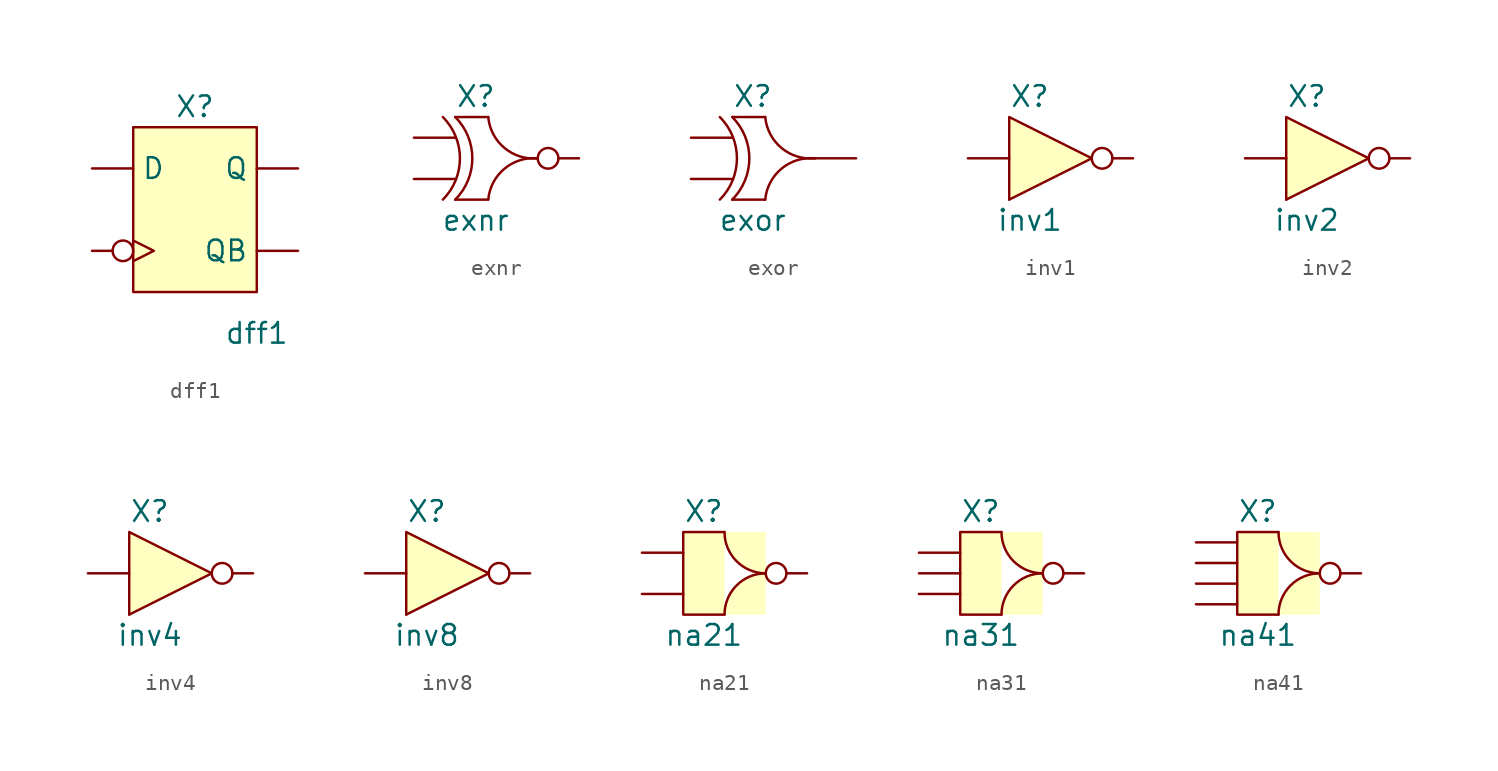
<source format=kicad_sym>
(kicad_symbol_lib
  (version 20211014)
  (generator kicad_symbol_editor)
  (symbol "dff1"
    (property "Reference" "X"
      (at 0 6.35 0)
      (effects (font (size 1.27 1.27))))
    (property "Value" "dff1"
      (at 3.81 -7.62 0)
      (effects (font (size 1.27 1.27))))
    (symbol "dff1_0_1"
      (rectangle (start -3.81 5.08) (end 3.81 -5.08) (stroke (width 0.152) (type default) (color 0 0 0 0)) (fill (type background))))
    (symbol "dff1_1_1"
      (pin input inverted_clock (at -6.35 -2.54 0) (length 2.54) (name "CK" (effects (font (size 0 0)))) (number "" (effects (font (size 1.27 1.27)))))
      (pin input line (at -6.35 2.54 0) (length 2.54) (name "D" (effects (font (size 1.27 1.27)))) (number "" (effects (font (size 1.27 1.27)))))
      (pin output line (at 6.35 2.54 180) (length 2.54) (name "Q" (effects (font (size 1.27 1.27)))) (number "" (effects (font (size 1.27 1.27)))))
      (pin output line (at 6.35 -2.54 180) (length 2.54) (name "QB" (effects (font (size 1.27 1.27)))) (number "" (effects (font (size 1.27 1.27)))))
      (pin power_in line (at 2.54 5.08 0) (length 2.54) hide (name "VDD" (effects (font (size 1.27 1.27)))) (number "" (effects (font (size 1.27 1.27)))))
      (pin power_in line (at 2.54 -5.08 0) (length 2.54) hide (name "VSS" (effects (font (size 1.27 1.27)))) (number "" (effects (font (size 1.27 1.27)))))))
  (symbol "exnr"
    (property "Reference" "X"
      (at -1.27 3.81 0)
      (effects (font (size 1.27 1.27))))
    (property "Value" "exnr"
      (at -1.27 -3.81 0)
      (effects (font (size 1.27 1.27))))
    (symbol "exnr_0_1"
      (arc (start -3.302 -2.54) (mid -2.2499 0) (end -3.302 2.54) (stroke (width 0.1524) (type default) (color 0 0 0 0)) (fill (type none)))
      (arc (start -2.54 -2.54) (mid -1.4879 0) (end -2.54 2.54) (stroke (width 0.1524) (type default) (color 0 0 0 0)) (fill (type none)))
      (arc (start -0.508 2.54) (mid -2.0501 -2.4093) (end 2.54 0) (stroke (width 0.1524) (type default) (color 0 0 0 0)) (fill (type none)))
      (polyline (pts (xy -2.54 -2.54) (xy -0.508 -2.54)) (stroke (width 0.152) (type default) (color 0 0 0 0)) (fill (type none)))
      (polyline (pts (xy -2.54 2.54) (xy -0.508 2.54)) (stroke (width 0.152) (type default) (color 0 0 0 0)) (fill (type none)))
      (arc (start 2.54 0) (mid -2.0501 2.4093) (end -0.508 -2.54) (stroke (width 0.1524) (type default) (color 0 0 0 0)) (fill (type none))))
    (symbol "exnr_1_1"
      (pin input line (at -5.08 1.27 0) (length 2.54) (name "A" (effects (font (size 0 0)))) (number "" (effects (font (size 1.27 1.27)))))
      (pin input line (at -5.08 -1.27 0) (length 2.54) (name "B" (effects (font (size 0 0)))) (number "" (effects (font (size 1.27 1.27)))))
      (pin power_in line (at 0 2.54 0) (length 2.54) hide (name "VDD" (effects (font (size 1.27 1.27)))) (number "" (effects (font (size 1.27 1.27)))))
      (pin power_in line (at 0 -2.54 0) (length 2.54) hide (name "VSS" (effects (font (size 1.27 1.27)))) (number "" (effects (font (size 1.27 1.27)))))
      (pin output inverted (at 5.08 0 180) (length 2.54) (name "X" (effects (font (size 0 0)))) (number "" (effects (font (size 1.27 1.27)))))))
  (symbol "exor"
    (property "Reference" "X"
      (at -1.27 3.81 0)
      (effects (font (size 1.27 1.27))))
    (property "Value" "exor"
      (at -1.27 -3.81 0)
      (effects (font (size 1.27 1.27))))
    (symbol "exor_0_1"
      (arc (start -3.302 -2.54) (mid -2.2499 0) (end -3.302 2.54) (stroke (width 0.1524) (type default) (color 0 0 0 0)) (fill (type none)))
      (arc (start -2.54 -2.54) (mid -1.4879 0) (end -2.54 2.54) (stroke (width 0.1524) (type default) (color 0 0 0 0)) (fill (type none)))
      (arc (start -0.508 2.54) (mid -2.0501 -2.4093) (end 2.54 0) (stroke (width 0.1524) (type default) (color 0 0 0 0)) (fill (type none)))
      (polyline (pts (xy -2.54 -2.54) (xy -0.508 -2.54)) (stroke (width 0.152) (type default) (color 0 0 0 0)) (fill (type none)))
      (polyline (pts (xy -2.54 2.54) (xy -0.508 2.54)) (stroke (width 0.152) (type default) (color 0 0 0 0)) (fill (type none)))
      (arc (start 2.54 0) (mid -2.0501 2.4093) (end -0.508 -2.54) (stroke (width 0.1524) (type default) (color 0 0 0 0)) (fill (type none))))
    (symbol "exor_1_1"
      (pin input line (at -5.08 1.27 0) (length 2.54) (name "A" (effects (font (size 0 0)))) (number "" (effects (font (size 1.27 1.27)))))
      (pin input line (at -5.08 -1.27 0) (length 2.54) (name "B" (effects (font (size 0 0)))) (number "" (effects (font (size 1.27 1.27)))))
      (pin power_in line (at 0 2.54 0) (length 2.54) hide (name "VDD" (effects (font (size 1.27 1.27)))) (number "" (effects (font (size 1.27 1.27)))))
      (pin power_in line (at 0 -2.54 0) (length 2.54) hide (name "VSS" (effects (font (size 1.27 1.27)))) (number "" (effects (font (size 1.27 1.27)))))
      (pin output line (at 5.08 0 180) (length 2.54) (name "X" (effects (font (size 0 0)))) (number "" (effects (font (size 1.27 1.27)))))))
  (symbol "inv1"
    (property "Reference" "X"
      (at -1.27 3.81 0)
      (effects (font (size 1.27 1.27))))
    (property "Value" "inv1"
      (at -1.27 -3.81 0)
      (effects (font (size 1.27 1.27))))
    (symbol "inv1_0_1"
      (polyline (pts (xy -2.54 -2.54) (xy 2.54 0)) (stroke (width 0.152) (type default) (color 0 0 0 0)) (fill (type background)))
      (polyline (pts (xy 2.54 0) (xy -2.54 2.54) (xy -2.54 -2.54)) (stroke (width 0.152) (type default) (color 0 0 0 0)) (fill (type background))))
    (symbol "inv1_1_1"
      (pin input line (at -5.08 0 0) (length 2.54) (name "A" (effects (font (size 0 0)))) (number "" (effects (font (size 1.27 1.27)))))
      (pin power_in line (at 0 2.54 0) (length 2.54) hide (name "VDD" (effects (font (size 1.27 1.27)))) (number "" (effects (font (size 1.27 1.27)))))
      (pin power_in line (at 0 -2.54 0) (length 2.54) hide (name "VSS" (effects (font (size 1.27 1.27)))) (number "" (effects (font (size 1.27 1.27)))))
      (pin output inverted (at 5.08 0 180) (length 2.54) (name "Z" (effects (font (size 0 0)))) (number "" (effects (font (size 1.27 1.27)))))))
  (symbol "inv2"
    (property "Reference" "X"
      (at -1.27 3.81 0)
      (effects (font (size 1.27 1.27))))
    (property "Value" "inv2"
      (at -1.27 -3.81 0)
      (effects (font (size 1.27 1.27))))
    (symbol "inv2_0_1"
      (polyline (pts (xy -2.54 -2.54) (xy 2.54 0)) (stroke (width 0.152) (type default) (color 0 0 0 0)) (fill (type background)))
      (polyline (pts (xy 2.54 0) (xy -2.54 2.54) (xy -2.54 -2.54)) (stroke (width 0.152) (type default) (color 0 0 0 0)) (fill (type background))))
    (symbol "inv2_1_1"
      (pin input line (at -5.08 0 0) (length 2.54) (name "A" (effects (font (size 0 0)))) (number "" (effects (font (size 1.27 1.27)))))
      (pin power_in line (at 0 2.54 0) (length 2.54) hide (name "VDD" (effects (font (size 1.27 1.27)))) (number "" (effects (font (size 1.27 1.27)))))
      (pin power_in line (at 0 -2.54 0) (length 2.54) hide (name "VSS" (effects (font (size 1.27 1.27)))) (number "" (effects (font (size 1.27 1.27)))))
      (pin output inverted (at 5.08 0 180) (length 2.54) (name "Z" (effects (font (size 0 0)))) (number "" (effects (font (size 1.27 1.27)))))))
  (symbol "inv4"
    (property "Reference" "X"
      (at -1.27 3.81 0)
      (effects (font (size 1.27 1.27))))
    (property "Value" "inv4"
      (at -1.27 -3.81 0)
      (effects (font (size 1.27 1.27))))
    (symbol "inv4_0_1"
      (polyline (pts (xy -2.54 -2.54) (xy 2.54 0)) (stroke (width 0.152) (type default) (color 0 0 0 0)) (fill (type background)))
      (polyline (pts (xy 2.54 0) (xy -2.54 2.54) (xy -2.54 -2.54)) (stroke (width 0.152) (type default) (color 0 0 0 0)) (fill (type background))))
    (symbol "inv4_1_1"
      (pin input line (at -5.08 0 0) (length 2.54) (name "A" (effects (font (size 0 0)))) (number "" (effects (font (size 1.27 1.27)))))
      (pin power_in line (at 0 2.54 0) (length 2.54) hide (name "VDD" (effects (font (size 1.27 1.27)))) (number "" (effects (font (size 1.27 1.27)))))
      (pin power_in line (at 0 -2.54 0) (length 2.54) hide (name "VSS" (effects (font (size 1.27 1.27)))) (number "" (effects (font (size 1.27 1.27)))))
      (pin output inverted (at 5.08 0 180) (length 2.54) (name "Z" (effects (font (size 0 0)))) (number "" (effects (font (size 1.27 1.27)))))))
  (symbol "inv8"
    (property "Reference" "X"
      (at -1.27 3.81 0)
      (effects (font (size 1.27 1.27))))
    (property "Value" "inv8"
      (at -1.27 -3.81 0)
      (effects (font (size 1.27 1.27))))
    (symbol "inv8_0_1"
      (polyline (pts (xy -2.54 -2.54) (xy 2.54 0)) (stroke (width 0.152) (type default) (color 0 0 0 0)) (fill (type background)))
      (polyline (pts (xy 2.54 0) (xy -2.54 2.54) (xy -2.54 -2.54)) (stroke (width 0.152) (type default) (color 0 0 0 0)) (fill (type background))))
    (symbol "inv8_1_1"
      (pin input line (at -5.08 0 0) (length 2.54) (name "A" (effects (font (size 0 0)))) (number "" (effects (font (size 1.27 1.27)))))
      (pin power_in line (at 0 2.54 0) (length 2.54) hide (name "VDD" (effects (font (size 1.27 1.27)))) (number "" (effects (font (size 1.27 1.27)))))
      (pin power_in line (at 0 -2.54 0) (length 2.54) hide (name "VSS" (effects (font (size 1.27 1.27)))) (number "" (effects (font (size 1.27 1.27)))))
      (pin output inverted (at 5.08 0 180) (length 2.54) (name "Z" (effects (font (size 0 0)))) (number "" (effects (font (size 1.27 1.27)))))))
  (symbol "na21"
    (property "Reference" "X"
      (at -1.27 3.81 0)
      (effects (font (size 1.27 1.27))))
    (property "Value" "na21"
      (at -1.27 -3.81 0)
      (effects (font (size 1.27 1.27))))
    (symbol "na21_0_1"
      (polyline (pts (xy 0 2.54) (xy -2.54 2.54) (xy -2.54 -2.54) (xy 0 -2.54)) (stroke (width 0.152) (type default) (color 0 0 0 0)) (fill (type background)))
      (arc (start 0 2.54) (mid -1.7961 -1.7961) (end 2.54 0) (stroke (width 0.1524) (type default) (color 0 0 0 0)) (fill (type background)))
      (arc (start 2.54 0) (mid -1.7961 1.7961) (end 0 -2.54) (stroke (width 0.1524) (type default) (color 0 0 0 0)) (fill (type background))))
    (symbol "na21_1_1"
      (pin input line (at -5.08 1.27 0) (length 2.54) (name "A" (effects (font (size 0 0)))) (number "" (effects (font (size 1.27 1.27)))))
      (pin input line (at -5.08 -1.27 0) (length 2.54) (name "B" (effects (font (size 0 0)))) (number "" (effects (font (size 1.27 1.27)))))
      (pin power_in line (at 0 2.54 0) (length 2.54) hide (name "VDD" (effects (font (size 1.27 1.27)))) (number "" (effects (font (size 1.27 1.27)))))
      (pin power_in line (at 0 -2.54 0) (length 2.54) hide (name "VSS" (effects (font (size 1.27 1.27)))) (number "" (effects (font (size 1.27 1.27)))))
      (pin output inverted (at 5.08 0 180) (length 2.54) (name "Z" (effects (font (size 0 0)))) (number "" (effects (font (size 1.27 1.27)))))))
  (symbol "na31"
    (property "Reference" "X"
      (at -1.27 3.81 0)
      (effects (font (size 1.27 1.27))))
    (property "Value" "na31"
      (at -1.27 -3.81 0)
      (effects (font (size 1.27 1.27))))
    (symbol "na31_0_1"
      (polyline (pts (xy 0 2.54) (xy -2.54 2.54) (xy -2.54 -2.54) (xy 0 -2.54)) (stroke (width 0.152) (type default) (color 0 0 0 0)) (fill (type background)))
      (arc (start 0 2.54) (mid -1.7961 -1.7961) (end 2.54 0) (stroke (width 0.1524) (type default) (color 0 0 0 0)) (fill (type background)))
      (arc (start 2.54 0) (mid -1.7961 1.7961) (end 0 -2.54) (stroke (width 0.1524) (type default) (color 0 0 0 0)) (fill (type background))))
    (symbol "na31_1_1"
      (pin input line (at -5.08 1.27 0) (length 2.54) (name "A" (effects (font (size 0 0)))) (number "" (effects (font (size 1.27 1.27)))))
      (pin input line (at -5.08 0 0) (length 2.54) (name "B" (effects (font (size 0 0)))) (number "" (effects (font (size 1.27 1.27)))))
      (pin input line (at -5.08 -1.27 0) (length 2.54) (name "C" (effects (font (size 0 0)))) (number "" (effects (font (size 1.27 1.27)))))
      (pin power_in line (at 0 2.54 0) (length 2.54) hide (name "VDD" (effects (font (size 1.27 1.27)))) (number "" (effects (font (size 1.27 1.27)))))
      (pin power_in line (at 0 -2.54 0) (length 2.54) hide (name "VSS" (effects (font (size 1.27 1.27)))) (number "" (effects (font (size 1.27 1.27)))))
      (pin output inverted (at 5.08 0 180) (length 2.54) (name "Z" (effects (font (size 0 0)))) (number "" (effects (font (size 1.27 1.27)))))))
  (symbol "na41"
    (property "Reference" "X"
      (at -1.27 3.81 0)
      (effects (font (size 1.27 1.27))))
    (property "Value" "na41"
      (at -1.27 -3.81 0)
      (effects (font (size 1.27 1.27))))
    (symbol "na41_0_1"
      (polyline (pts (xy 0 2.54) (xy -2.54 2.54) (xy -2.54 -2.54) (xy 0 -2.54)) (stroke (width 0.152) (type default) (color 0 0 0 0)) (fill (type background)))
      (arc (start 0 2.54) (mid -1.7961 -1.7961) (end 2.54 0) (stroke (width 0.1524) (type default) (color 0 0 0 0)) (fill (type background)))
      (arc (start 2.54 0) (mid -1.7961 1.7961) (end 0 -2.54) (stroke (width 0.1524) (type default) (color 0 0 0 0)) (fill (type background))))
    (symbol "na41_1_1"
      (pin input line (at -5.08 1.905 0) (length 2.54) (name "A" (effects (font (size 0 0)))) (number "" (effects (font (size 1.27 1.27)))))
      (pin input line (at -5.08 0.635 0) (length 2.54) (name "B" (effects (font (size 0 0)))) (number "" (effects (font (size 1.27 1.27)))))
      (pin input line (at -5.08 -0.635 0) (length 2.54) (name "C" (effects (font (size 0 0)))) (number "" (effects (font (size 1.27 1.27)))))
      (pin input line (at -5.08 -1.905 0) (length 2.54) (name "D" (effects (font (size 0 0)))) (number "" (effects (font (size 1.27 1.27)))))
      (pin power_in line (at 0 2.54 0) (length 2.54) hide (name "VDD" (effects (font (size 1.27 1.27)))) (number "" (effects (font (size 1.27 1.27)))))
      (pin power_in line (at 0 -2.54 0) (length 2.54) hide (name "VSS" (effects (font (size 1.27 1.27)))) (number "" (effects (font (size 1.27 1.27)))))
      (pin output inverted (at 5.08 0 180) (length 2.54) (name "Z" (effects (font (size 0 0)))) (number "" (effects (font (size 1.27 1.27))))))))
</source>
